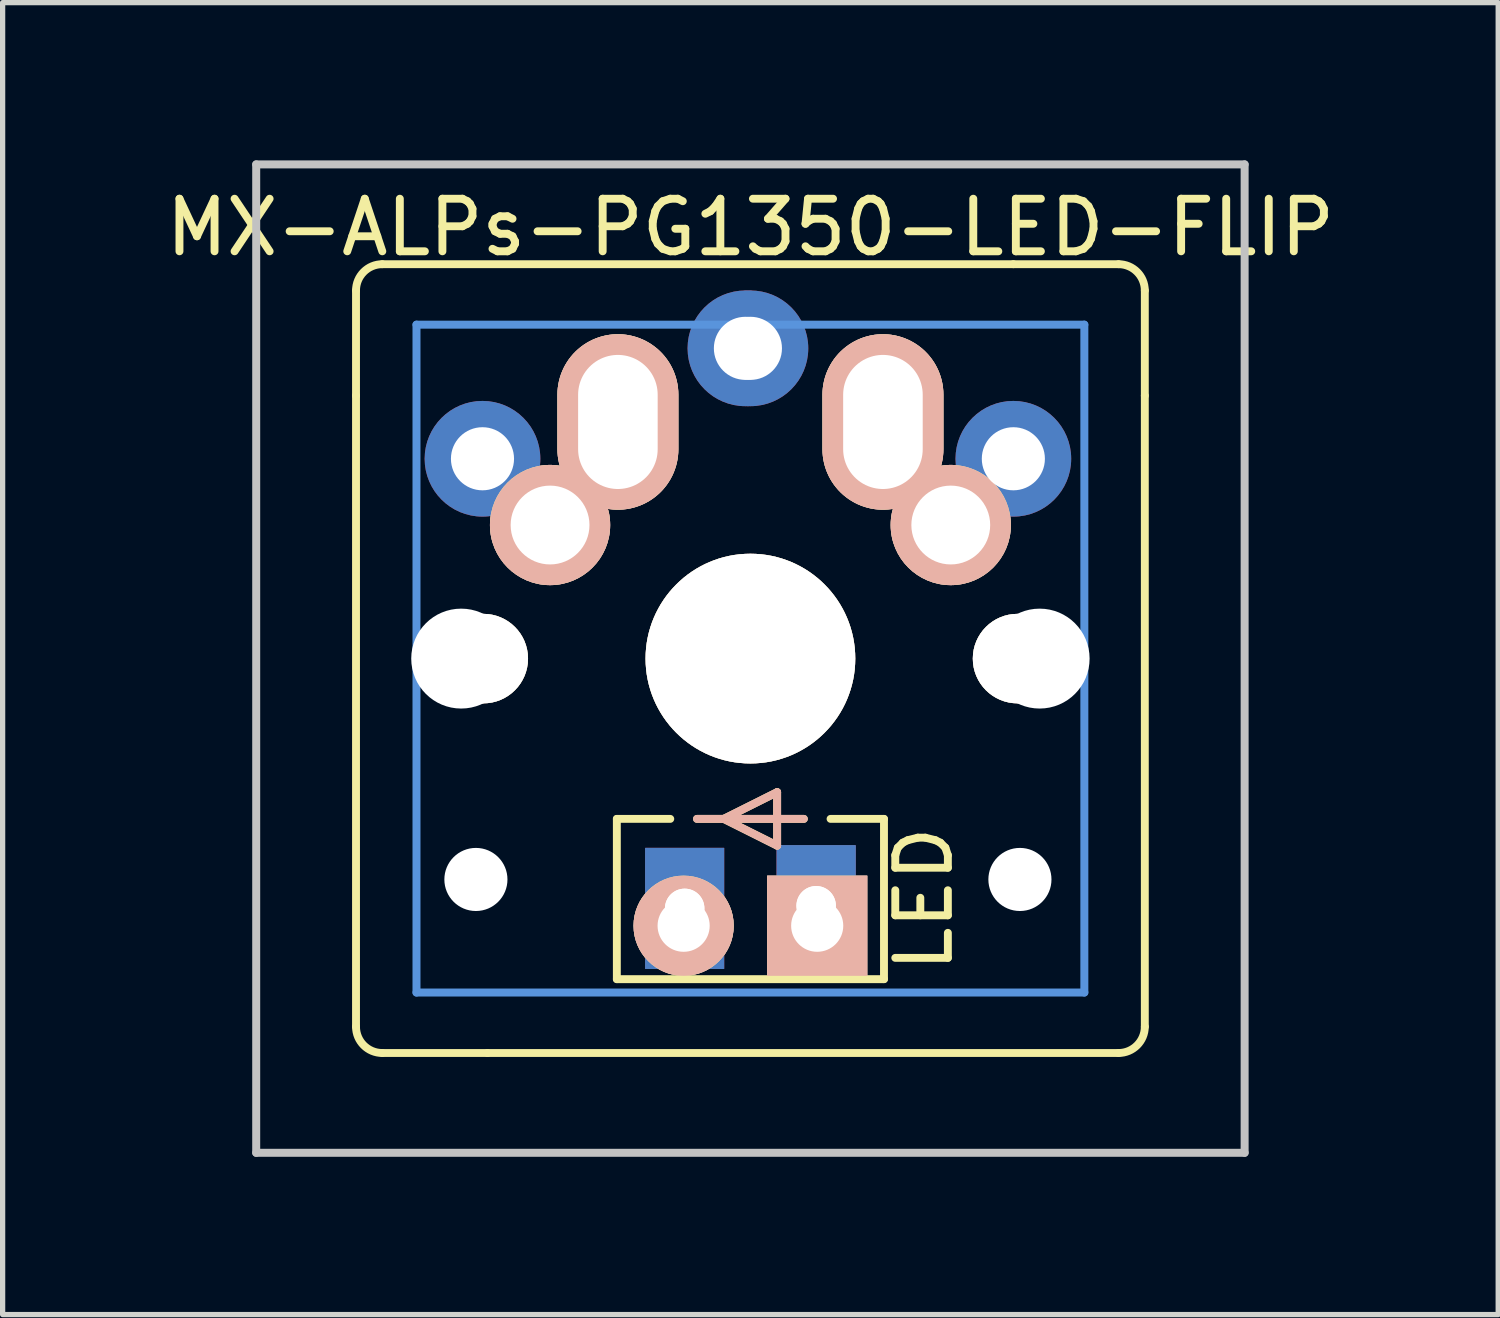
<source format=kicad_pcb>
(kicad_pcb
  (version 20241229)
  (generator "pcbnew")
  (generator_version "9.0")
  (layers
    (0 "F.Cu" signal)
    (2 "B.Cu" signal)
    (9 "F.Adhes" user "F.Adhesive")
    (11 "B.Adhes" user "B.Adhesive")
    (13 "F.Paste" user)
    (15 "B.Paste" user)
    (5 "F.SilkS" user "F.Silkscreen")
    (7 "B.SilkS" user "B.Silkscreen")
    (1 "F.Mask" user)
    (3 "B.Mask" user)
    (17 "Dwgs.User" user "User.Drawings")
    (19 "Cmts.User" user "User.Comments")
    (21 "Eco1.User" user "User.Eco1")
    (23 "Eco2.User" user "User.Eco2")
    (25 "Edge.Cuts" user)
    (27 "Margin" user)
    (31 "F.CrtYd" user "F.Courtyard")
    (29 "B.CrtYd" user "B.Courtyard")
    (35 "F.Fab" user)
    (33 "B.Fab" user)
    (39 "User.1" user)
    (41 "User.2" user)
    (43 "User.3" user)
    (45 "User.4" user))
  (footprint "MX-ALPs-PG1350-LED-FLIP"
    (layer "F.Cu")
    (at 11.22 9.474)
    (property "Reference" "MX-ALPs-PG1350-LED-FLIP" (at 0 -8.2 0) (layer "F.SilkS") (effects (font (size 1 1) (thickness 0.15))))
    (attr through_hole)
    (fp_line (start -7.5 -7) (end -7.5 -5) (stroke (width 0.15) (type solid)) (layer "F.SilkS"))
    (fp_line (start -7.5 7) (end -7.5 -5) (stroke (width 0.15) (type solid)) (layer "F.SilkS"))
    (fp_line (start -7 -7.5) (end 5 -7.5) (stroke (width 0.15) (type solid)) (layer "F.SilkS"))
    (fp_line (start -7 7.5) (end -5 7.5) (stroke (width 0.15) (type solid)) (layer "F.SilkS"))
    (fp_line (start -2.54 3.048) (end -2.54 6.096) (stroke (width 0.15) (type solid)) (layer "F.SilkS"))
    (fp_line (start -2.54 3.048) (end -1.524 3.048) (stroke (width 0.15) (type solid)) (layer "F.SilkS"))
    (fp_line (start -2.54 6.096) (end 2.54 6.096) (stroke (width 0.15) (type solid)) (layer "F.SilkS"))
    (fp_line (start -1.016 3.048) (end 1.016 3.048) (stroke (width 0.15) (type solid)) (layer "F.SilkS"))
    (fp_line (start -0.508 3.048) (end 0.508 2.54) (stroke (width 0.15) (type solid)) (layer "F.SilkS"))
    (fp_line (start 0.508 2.54) (end 0.508 3.556) (stroke (width 0.15) (type solid)) (layer "F.SilkS"))
    (fp_line (start 0.508 3.556) (end -0.508 3.048) (stroke (width 0.15) (type solid)) (layer "F.SilkS"))
    (fp_line (start 1.524 3.048) (end 2.54 3.048) (stroke (width 0.15) (type solid)) (layer "F.SilkS"))
    (fp_line (start 2.54 3.048) (end 2.54 6.096) (stroke (width 0.15) (type solid)) (layer "F.SilkS"))
    (fp_line (start 7 -7.5) (end 5 -7.5) (stroke (width 0.15) (type solid)) (layer "F.SilkS"))
    (fp_line (start 7 7.5) (end -5 7.5) (stroke (width 0.15) (type solid)) (layer "F.SilkS"))
    (fp_line (start 7.5 -7) (end 7.5 -5) (stroke (width 0.15) (type solid)) (layer "F.SilkS"))
    (fp_line (start 7.5 7) (end 7.5 -5) (stroke (width 0.15) (type solid)) (layer "F.SilkS"))
    (fp_arc (start -7.5 -7) (mid -7.353553 -7.353553) (end -7 -7.5) (stroke (width 0.15) (type solid)) (layer "F.SilkS"))
    (fp_arc (start -7 7.5) (mid -7.353553 7.353553) (end -7.5 7) (stroke (width 0.15) (type solid)) (layer "F.SilkS"))
    (fp_arc (start 7 -7.5) (mid 7.353553 -7.353553) (end 7.5 -7) (stroke (width 0.15) (type solid)) (layer "F.SilkS"))
    (fp_arc (start 7.5 7) (mid 7.353553 7.353553) (end 7 7.5) (stroke (width 0.15) (type solid)) (layer "F.SilkS"))
    (fp_line (start -1.016 3.048) (end 1.016 3.048) (stroke (width 0.15) (type solid)) (layer "B.SilkS"))
    (fp_line (start -0.508 3.048) (end 0.508 2.54) (stroke (width 0.15) (type solid)) (layer "B.SilkS"))
    (fp_line (start 0.508 2.54) (end 0.508 3.556) (stroke (width 0.15) (type solid)) (layer "B.SilkS"))
    (fp_line (start 0.508 3.556) (end -0.508 3.048) (stroke (width 0.15) (type solid)) (layer "B.SilkS"))
    (fp_line (start -9.398 -9.398) (end 9.398 -9.398) (stroke (width 0.152) (type solid)) (layer "Dwgs.User"))
    (fp_line (start -9.398 9.398) (end -9.398 -9.398) (stroke (width 0.152) (type solid)) (layer "Dwgs.User"))
    (fp_line (start 9.398 -9.398) (end 9.398 9.398) (stroke (width 0.152) (type solid)) (layer "Dwgs.User"))
    (fp_line (start 9.398 9.398) (end -9.398 9.398) (stroke (width 0.152) (type solid)) (layer "Dwgs.User"))
    (fp_line (start -6.35 -6.35) (end 6.35 -6.35) (stroke (width 0.152) (type solid)) (layer "Cmts.User"))
    (fp_line (start -6.35 6.35) (end -6.35 -6.35) (stroke (width 0.152) (type solid)) (layer "Cmts.User"))
    (fp_line (start 6.35 -6.35) (end 6.35 6.35) (stroke (width 0.152) (type solid)) (layer "Cmts.User"))
    (fp_line (start 6.35 6.35) (end -6.35 6.35) (stroke (width 0.152) (type solid)) (layer "Cmts.User"))
    (fp_line (start -7.798 -6.005) (end -6.985 -6.005) (stroke (width 0.152) (type solid)) (layer "Eco2.User"))
    (fp_line (start -7.798 -2.504) (end -7.798 -6.005) (stroke (width 0.152) (type solid)) (layer "Eco2.User"))
    (fp_line (start -7.798 2.504) (end -6.985 2.504) (stroke (width 0.152) (type solid)) (layer "Eco2.User"))
    (fp_line (start -7.798 6.005) (end -7.798 2.504) (stroke (width 0.152) (type solid)) (layer "Eco2.User"))
    (fp_line (start -6.985 -6.985) (end 6.985 -6.985) (stroke (width 0.152) (type solid)) (layer "Eco2.User"))
    (fp_line (start -6.985 -6.005) (end -6.985 -6.985) (stroke (width 0.152) (type solid)) (layer "Eco2.User"))
    (fp_line (start -6.985 -2.504) (end -7.798 -2.504) (stroke (width 0.152) (type solid)) (layer "Eco2.User"))
    (fp_line (start -6.985 2.504) (end -6.985 -2.504) (stroke (width 0.152) (type solid)) (layer "Eco2.User"))
    (fp_line (start -6.985 6.005) (end -7.798 6.005) (stroke (width 0.152) (type solid)) (layer "Eco2.User"))
    (fp_line (start -6.985 6.985) (end -6.985 6.005) (stroke (width 0.152) (type solid)) (layer "Eco2.User"))
    (fp_line (start 6.985 -6.985) (end 6.985 -6.005) (stroke (width 0.152) (type solid)) (layer "Eco2.User"))
    (fp_line (start 6.985 -6.005) (end 7.798 -6.005) (stroke (width 0.152) (type solid)) (layer "Eco2.User"))
    (fp_line (start 6.985 -2.504) (end 6.985 2.504) (stroke (width 0.152) (type solid)) (layer "Eco2.User"))
    (fp_line (start 6.985 2.504) (end 7.798 2.504) (stroke (width 0.152) (type solid)) (layer "Eco2.User"))
    (fp_line (start 6.985 6.005) (end 6.985 6.985) (stroke (width 0.152) (type solid)) (layer "Eco2.User"))
    (fp_line (start 6.985 6.985) (end -6.985 6.985) (stroke (width 0.152) (type solid)) (layer "Eco2.User"))
    (fp_line (start 7.798 -6.005) (end 7.798 -2.504) (stroke (width 0.152) (type solid)) (layer "Eco2.User"))
    (fp_line (start 7.798 -2.504) (end 6.985 -2.504) (stroke (width 0.152) (type solid)) (layer "Eco2.User"))
    (fp_line (start 7.798 2.504) (end 7.798 6.005) (stroke (width 0.152) (type solid)) (layer "Eco2.User"))
    (fp_line (start 7.798 6.005) (end 6.985 6.005) (stroke (width 0.152) (type solid)) (layer "Eco2.User"))
    (fp_text user "LED" (at 3.3 4.572 270) (layer "F.SilkS") (effects (font (size 1 1) (thickness 0.15))))
    (pad "" np_thru_hole circle (at -5.5 0 270) (size 1.9 1.9) (drill 1.9) (layers "*.Cu" "*.Mask"))
    (pad "" np_thru_hole circle (at -5.22 4.2 270) (size 1.2 1.2) (drill 1.2) (layers "*.Cu" "*.Mask"))
    (pad "" np_thru_hole circle (at -0.095 0 270) (size 3.4 3.4) (drill 3.4) (layers "*.Cu" "*.Mask"))
    (pad "" np_thru_hole circle (at 0 0 270) (size 3.4 3.4) (drill 3.4) (layers "*.Cu" "*.Mask"))
    (pad "" np_thru_hole circle (at 5.125 4.2 270) (size 1.2 1.2) (drill 1.2) (layers "*.Cu" "*.Mask"))
    (pad "" np_thru_hole circle (at 5.5 0 270) (size 1.9 1.9) (drill 1.9) (layers "*.Cu" "*.Mask"))
    (pad "1" thru_hole circle (at -0.095 -5.9 270) (size 2.2 2.2) (drill 1.2) (layers "*.Cu" "*.Mask"))
    (pad "1" thru_hole circle (at 0 -5.9 270) (size 2.2 2.2) (drill 1.2) (layers "*.Cu" "*.Mask"))
    (pad "1" thru_hole oval (at 2.52 -4.5) (size 2.3 3.337) (drill oval 1.513 2.55) (layers "*.Cu" "*.SilkS" "*.Mask"))
    (pad "1" thru_hole circle (at 3.81 -2.54) (size 2.286 2.286) (drill 1.499) (layers "*.Cu" "*.SilkS" "*.Mask"))
    (pad "1" thru_hole circle (at 5 -3.8 270) (size 2.2 2.2) (drill 1.2) (layers "*.Cu" "*.Mask"))
    (pad "2" thru_hole circle (at -5.095 -3.8 270) (size 2.2 2.2) (drill 1.2) (layers "*.Cu" "*.Mask"))
    (pad "2" thru_hole circle (at -3.81 -2.54) (size 2.286 2.286) (drill 1.499) (layers "*.Cu" "*.SilkS" "*.Mask"))
    (pad "2" thru_hole oval (at -2.52 -4.5) (size 2.3 3.337) (drill oval 1.513 2.55) (layers "*.Cu" "*.SilkS" "*.Mask"))
    (pad "3" thru_hole circle (at -1.27 5.08) (size 1.905 1.905) (drill 0.991) (layers "*.Cu" "*.SilkS" "*.Mask"))
    (pad "3" thru_hole rect (at -1.25 4.75 270) (size 2.3 1.5) (drill 0.75) (layers "*.Cu" "*.Mask"))
    (pad "3" thru_hole rect (at -1.25 4.75 270) (size 2.3 1.5) (drill 0.75) (layers "*.Cu" "*.Mask"))
    (pad "4" thru_hole rect (at 1.25 4.7 270) (size 2.3 1.5) (drill 0.75) (layers "*.Cu" "*.Mask"))
    (pad "4" thru_hole rect (at 1.25 4.7 270) (size 2.3 1.5) (drill 0.75) (layers "*.Cu" "*.Mask"))
    (pad "4" thru_hole rect (at 1.27 5.08) (size 1.905 1.905) (drill 0.991) (layers "*.Cu" "*.SilkS" "*.Mask"))
    (pad "HOLE" thru_hole circle (at -5.08 0) (size 1.702 1.702) (drill 1.702) (layers "*.Cu" "*.Mask" "F.SilkS"))
    (pad "HOLE" thru_hole circle (at 0 0) (size 3.988 3.988) (drill 3.988) (layers "*.Cu" "*.Mask" "F.SilkS"))
    (pad "HOLE" thru_hole circle (at 5.08 0) (size 1.702 1.702) (drill 1.702) (layers "*.Cu" "*.Mask" "F.SilkS")))
  (gr_rect
    (start -3 -3)
    (end 25.44 21.948)
    (stroke (width 0.1) (type default))
    (fill no)
    (layer "Edge.Cuts")))
</source>
